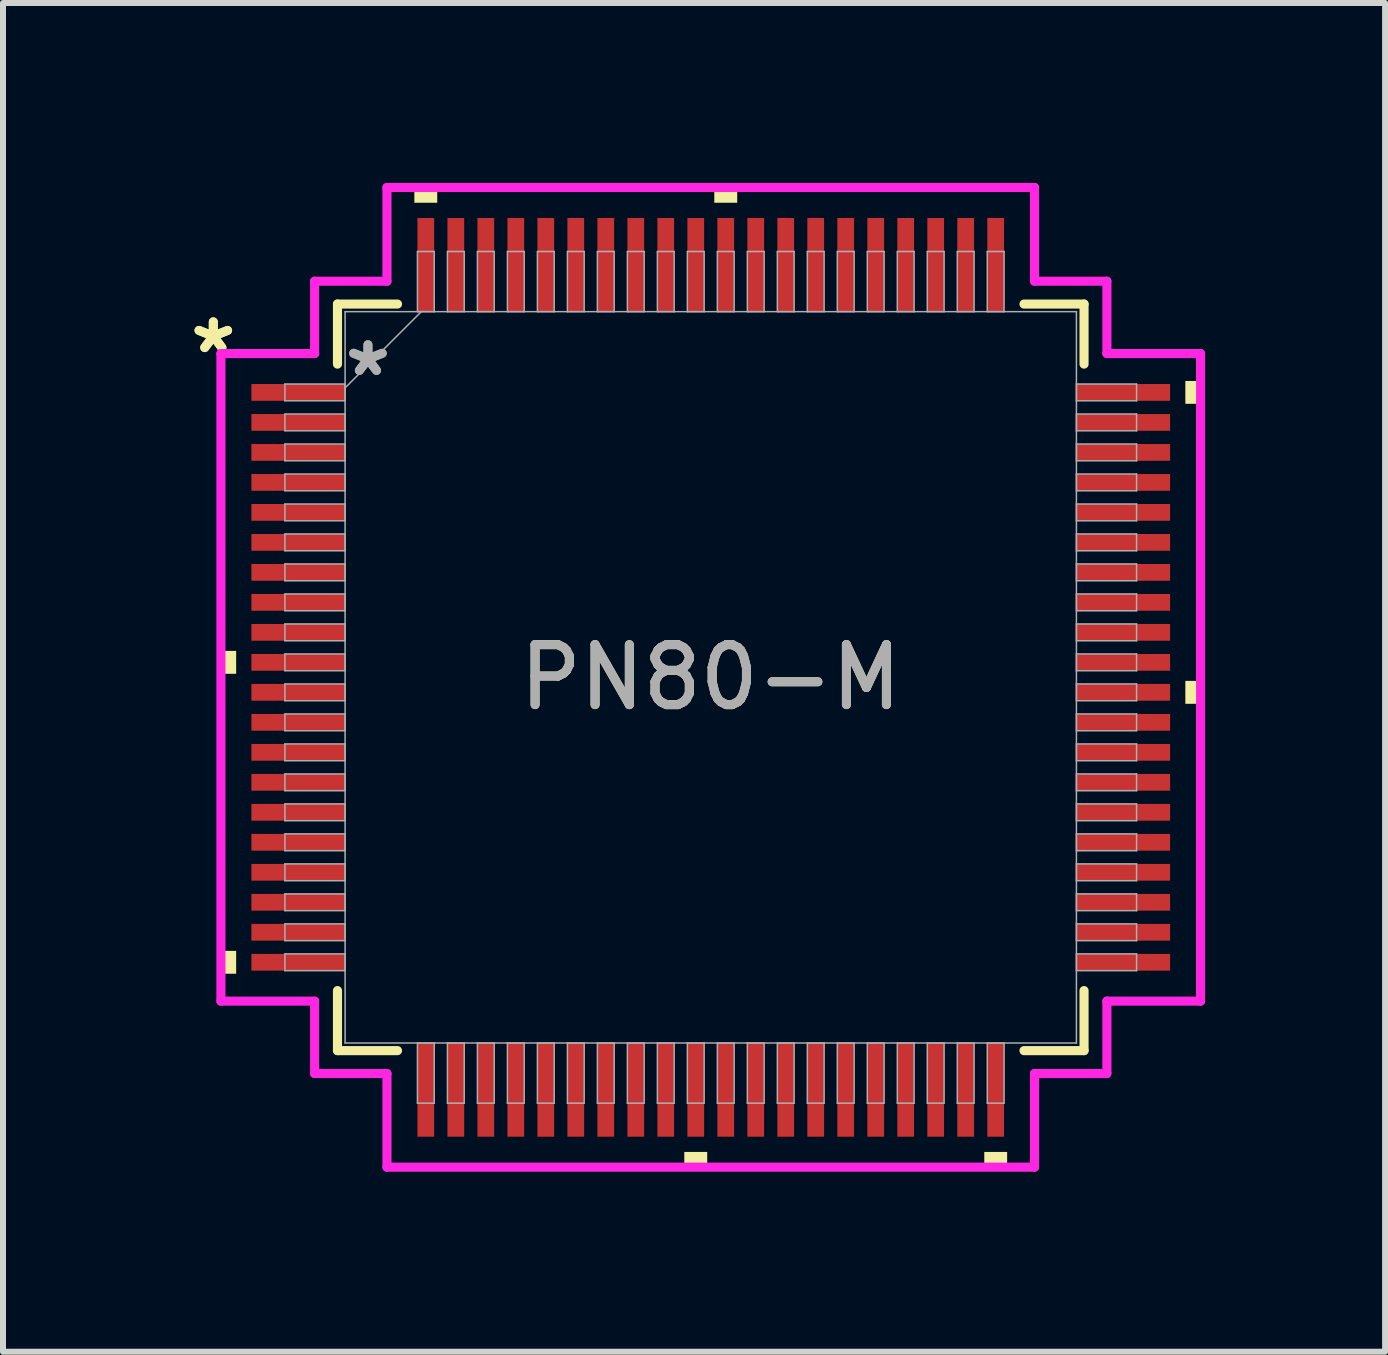
<source format=kicad_pcb>
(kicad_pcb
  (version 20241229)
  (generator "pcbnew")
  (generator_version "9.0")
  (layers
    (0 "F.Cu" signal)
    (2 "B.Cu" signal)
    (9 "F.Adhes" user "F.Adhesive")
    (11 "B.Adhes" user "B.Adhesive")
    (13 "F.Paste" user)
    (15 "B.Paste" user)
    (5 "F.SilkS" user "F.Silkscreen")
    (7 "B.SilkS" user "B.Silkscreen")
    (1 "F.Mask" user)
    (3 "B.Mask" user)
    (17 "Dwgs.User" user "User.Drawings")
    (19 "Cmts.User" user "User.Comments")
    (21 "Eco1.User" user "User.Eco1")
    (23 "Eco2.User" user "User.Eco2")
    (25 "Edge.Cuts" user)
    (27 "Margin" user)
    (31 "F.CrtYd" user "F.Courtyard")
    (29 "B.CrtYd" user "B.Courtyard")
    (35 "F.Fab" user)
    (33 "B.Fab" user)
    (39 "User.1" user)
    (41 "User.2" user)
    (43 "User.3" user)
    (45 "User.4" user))
  (footprint "PN80-M"
    (layer "F.Cu")
    (at 8.799 8.242)
    (property "Reference" "PN80-M" (at 0 0 0) (unlocked yes) (layer "F.SilkS") (effects (font (size 1 1) (thickness 0.15))))
    (attr smd)
    (fp_line (start -6.223 -6.223) (end -6.223 -5.222) (stroke (width 0.152) (type solid)) (layer "F.SilkS"))
    (fp_line (start -6.223 5.222) (end -6.223 6.223) (stroke (width 0.152) (type solid)) (layer "F.SilkS"))
    (fp_line (start -6.223 6.223) (end -5.222 6.223) (stroke (width 0.152) (type solid)) (layer "F.SilkS"))
    (fp_line (start -5.222 -6.223) (end -6.223 -6.223) (stroke (width 0.152) (type solid)) (layer "F.SilkS"))
    (fp_line (start 5.222 6.223) (end 6.223 6.223) (stroke (width 0.152) (type solid)) (layer "F.SilkS"))
    (fp_line (start 6.223 -6.223) (end 5.222 -6.223) (stroke (width 0.152) (type solid)) (layer "F.SilkS"))
    (fp_line (start 6.223 -5.222) (end 6.223 -6.223) (stroke (width 0.152) (type solid)) (layer "F.SilkS"))
    (fp_line (start 6.223 6.223) (end 6.223 5.222) (stroke (width 0.152) (type solid)) (layer "F.SilkS"))
    (fp_poly (pts (xy -8.166 -0.441) (xy -8.166 -0.059) (xy -7.912 -0.059) (xy -7.912 -0.441)) (stroke (width 0) (type solid)) (fill yes) (layer "F.SilkS"))
    (fp_poly (pts (xy -8.166 4.56) (xy -8.166 4.941) (xy -7.912 4.941) (xy -7.912 4.56)) (stroke (width 0) (type solid)) (fill yes) (layer "F.SilkS"))
    (fp_poly (pts (xy -4.941 -7.912) (xy -4.941 -8.166) (xy -4.56 -8.166) (xy -4.56 -7.912)) (stroke (width 0) (type solid)) (fill yes) (layer "F.SilkS"))
    (fp_poly (pts (xy -0.441 7.912) (xy -0.441 8.166) (xy -0.059 8.166) (xy -0.059 7.912)) (stroke (width 0) (type solid)) (fill yes) (layer "F.SilkS"))
    (fp_poly (pts (xy 0.059 -7.912) (xy 0.059 -8.166) (xy 0.441 -8.166) (xy 0.441 -7.912)) (stroke (width 0) (type solid)) (fill yes) (layer "F.SilkS"))
    (fp_poly (pts (xy 4.56 7.912) (xy 4.56 8.166) (xy 4.941 8.166) (xy 4.941 7.912)) (stroke (width 0) (type solid)) (fill yes) (layer "F.SilkS"))
    (fp_poly (pts (xy 8.166 -4.941) (xy 8.166 -4.56) (xy 7.912 -4.56) (xy 7.912 -4.941)) (stroke (width 0) (type solid)) (fill yes) (layer "F.SilkS"))
    (fp_poly (pts (xy 8.166 0.059) (xy 8.166 0.441) (xy 7.912 0.441) (xy 7.912 0.059)) (stroke (width 0) (type solid)) (fill yes) (layer "F.SilkS"))
    (fp_line (start -8.166 -5.398) (end -6.604 -5.398) (stroke (width 0.152) (type solid)) (layer "F.CrtYd"))
    (fp_line (start -8.166 5.398) (end -8.166 -5.398) (stroke (width 0.152) (type solid)) (layer "F.CrtYd"))
    (fp_line (start -6.604 -6.604) (end -5.398 -6.604) (stroke (width 0.152) (type solid)) (layer "F.CrtYd"))
    (fp_line (start -6.604 -5.398) (end -6.604 -6.604) (stroke (width 0.152) (type solid)) (layer "F.CrtYd"))
    (fp_line (start -6.604 5.398) (end -8.166 5.398) (stroke (width 0.152) (type solid)) (layer "F.CrtYd"))
    (fp_line (start -6.604 6.604) (end -6.604 5.398) (stroke (width 0.152) (type solid)) (layer "F.CrtYd"))
    (fp_line (start -6.604 6.604) (end -5.398 6.604) (stroke (width 0.152) (type solid)) (layer "F.CrtYd"))
    (fp_line (start -5.398 -8.166) (end 5.398 -8.166) (stroke (width 0.152) (type solid)) (layer "F.CrtYd"))
    (fp_line (start -5.398 -6.604) (end -5.398 -8.166) (stroke (width 0.152) (type solid)) (layer "F.CrtYd"))
    (fp_line (start -5.398 6.604) (end -5.398 8.166) (stroke (width 0.152) (type solid)) (layer "F.CrtYd"))
    (fp_line (start -5.398 8.166) (end 5.398 8.166) (stroke (width 0.152) (type solid)) (layer "F.CrtYd"))
    (fp_line (start 5.398 -8.166) (end 5.398 -6.604) (stroke (width 0.152) (type solid)) (layer "F.CrtYd"))
    (fp_line (start 5.398 -6.604) (end 6.604 -6.604) (stroke (width 0.152) (type solid)) (layer "F.CrtYd"))
    (fp_line (start 5.398 6.604) (end 6.604 6.604) (stroke (width 0.152) (type solid)) (layer "F.CrtYd"))
    (fp_line (start 5.398 8.166) (end 5.398 6.604) (stroke (width 0.152) (type solid)) (layer "F.CrtYd"))
    (fp_line (start 6.604 -5.398) (end 6.604 -6.604) (stroke (width 0.152) (type solid)) (layer "F.CrtYd"))
    (fp_line (start 6.604 5.398) (end 8.166 5.398) (stroke (width 0.152) (type solid)) (layer "F.CrtYd"))
    (fp_line (start 6.604 6.604) (end 6.604 5.398) (stroke (width 0.152) (type solid)) (layer "F.CrtYd"))
    (fp_line (start 8.166 -5.398) (end 6.604 -5.398) (stroke (width 0.152) (type solid)) (layer "F.CrtYd"))
    (fp_line (start 8.166 5.398) (end 8.166 -5.398) (stroke (width 0.152) (type solid)) (layer "F.CrtYd"))
    (fp_line (start -7.099 -4.89) (end -7.099 -4.61) (stroke (width 0.025) (type solid)) (layer "F.Fab"))
    (fp_line (start -7.099 -4.61) (end -6.096 -4.61) (stroke (width 0.025) (type solid)) (layer "F.Fab"))
    (fp_line (start -7.099 -4.39) (end -7.099 -4.11) (stroke (width 0.025) (type solid)) (layer "F.Fab"))
    (fp_line (start -7.099 -4.11) (end -6.096 -4.11) (stroke (width 0.025) (type solid)) (layer "F.Fab"))
    (fp_line (start -7.099 -3.89) (end -7.099 -3.61) (stroke (width 0.025) (type solid)) (layer "F.Fab"))
    (fp_line (start -7.099 -3.61) (end -6.096 -3.61) (stroke (width 0.025) (type solid)) (layer "F.Fab"))
    (fp_line (start -7.099 -3.39) (end -7.099 -3.11) (stroke (width 0.025) (type solid)) (layer "F.Fab"))
    (fp_line (start -7.099 -3.11) (end -6.096 -3.11) (stroke (width 0.025) (type solid)) (layer "F.Fab"))
    (fp_line (start -7.099 -2.89) (end -7.099 -2.61) (stroke (width 0.025) (type solid)) (layer "F.Fab"))
    (fp_line (start -7.099 -2.61) (end -6.096 -2.61) (stroke (width 0.025) (type solid)) (layer "F.Fab"))
    (fp_line (start -7.099 -2.39) (end -7.099 -2.11) (stroke (width 0.025) (type solid)) (layer "F.Fab"))
    (fp_line (start -7.099 -2.11) (end -6.096 -2.11) (stroke (width 0.025) (type solid)) (layer "F.Fab"))
    (fp_line (start -7.099 -1.89) (end -7.099 -1.61) (stroke (width 0.025) (type solid)) (layer "F.Fab"))
    (fp_line (start -7.099 -1.61) (end -6.096 -1.61) (stroke (width 0.025) (type solid)) (layer "F.Fab"))
    (fp_line (start -7.099 -1.39) (end -7.099 -1.11) (stroke (width 0.025) (type solid)) (layer "F.Fab"))
    (fp_line (start -7.099 -1.11) (end -6.096 -1.11) (stroke (width 0.025) (type solid)) (layer "F.Fab"))
    (fp_line (start -7.099 -0.89) (end -7.099 -0.61) (stroke (width 0.025) (type solid)) (layer "F.Fab"))
    (fp_line (start -7.099 -0.61) (end -6.096 -0.61) (stroke (width 0.025) (type solid)) (layer "F.Fab"))
    (fp_line (start -7.099 -0.39) (end -7.099 -0.11) (stroke (width 0.025) (type solid)) (layer "F.Fab"))
    (fp_line (start -7.099 -0.11) (end -6.096 -0.11) (stroke (width 0.025) (type solid)) (layer "F.Fab"))
    (fp_line (start -7.099 0.11) (end -7.099 0.39) (stroke (width 0.025) (type solid)) (layer "F.Fab"))
    (fp_line (start -7.099 0.39) (end -6.096 0.39) (stroke (width 0.025) (type solid)) (layer "F.Fab"))
    (fp_line (start -7.099 0.61) (end -7.099 0.89) (stroke (width 0.025) (type solid)) (layer "F.Fab"))
    (fp_line (start -7.099 0.89) (end -6.096 0.89) (stroke (width 0.025) (type solid)) (layer "F.Fab"))
    (fp_line (start -7.099 1.11) (end -7.099 1.39) (stroke (width 0.025) (type solid)) (layer "F.Fab"))
    (fp_line (start -7.099 1.39) (end -6.096 1.39) (stroke (width 0.025) (type solid)) (layer "F.Fab"))
    (fp_line (start -7.099 1.61) (end -7.099 1.89) (stroke (width 0.025) (type solid)) (layer "F.Fab"))
    (fp_line (start -7.099 1.89) (end -6.096 1.89) (stroke (width 0.025) (type solid)) (layer "F.Fab"))
    (fp_line (start -7.099 2.11) (end -7.099 2.39) (stroke (width 0.025) (type solid)) (layer "F.Fab"))
    (fp_line (start -7.099 2.39) (end -6.096 2.39) (stroke (width 0.025) (type solid)) (layer "F.Fab"))
    (fp_line (start -7.099 2.61) (end -7.099 2.89) (stroke (width 0.025) (type solid)) (layer "F.Fab"))
    (fp_line (start -7.099 2.89) (end -6.096 2.89) (stroke (width 0.025) (type solid)) (layer "F.Fab"))
    (fp_line (start -7.099 3.11) (end -7.099 3.39) (stroke (width 0.025) (type solid)) (layer "F.Fab"))
    (fp_line (start -7.099 3.39) (end -6.096 3.39) (stroke (width 0.025) (type solid)) (layer "F.Fab"))
    (fp_line (start -7.099 3.61) (end -7.099 3.89) (stroke (width 0.025) (type solid)) (layer "F.Fab"))
    (fp_line (start -7.099 3.89) (end -6.096 3.89) (stroke (width 0.025) (type solid)) (layer "F.Fab"))
    (fp_line (start -7.099 4.11) (end -7.099 4.39) (stroke (width 0.025) (type solid)) (layer "F.Fab"))
    (fp_line (start -7.099 4.39) (end -6.096 4.39) (stroke (width 0.025) (type solid)) (layer "F.Fab"))
    (fp_line (start -7.099 4.61) (end -7.099 4.89) (stroke (width 0.025) (type solid)) (layer "F.Fab"))
    (fp_line (start -7.099 4.89) (end -6.096 4.89) (stroke (width 0.025) (type solid)) (layer "F.Fab"))
    (fp_line (start -6.096 -6.096) (end -6.096 6.096) (stroke (width 0.025) (type solid)) (layer "F.Fab"))
    (fp_line (start -6.096 -4.89) (end -7.099 -4.89) (stroke (width 0.025) (type solid)) (layer "F.Fab"))
    (fp_line (start -6.096 -4.826) (end -4.826 -6.096) (stroke (width 0.025) (type solid)) (layer "F.Fab"))
    (fp_line (start -6.096 -4.61) (end -6.096 -4.89) (stroke (width 0.025) (type solid)) (layer "F.Fab"))
    (fp_line (start -6.096 -4.39) (end -7.099 -4.39) (stroke (width 0.025) (type solid)) (layer "F.Fab"))
    (fp_line (start -6.096 -4.11) (end -6.096 -4.39) (stroke (width 0.025) (type solid)) (layer "F.Fab"))
    (fp_line (start -6.096 -3.89) (end -7.099 -3.89) (stroke (width 0.025) (type solid)) (layer "F.Fab"))
    (fp_line (start -6.096 -3.61) (end -6.096 -3.89) (stroke (width 0.025) (type solid)) (layer "F.Fab"))
    (fp_line (start -6.096 -3.39) (end -7.099 -3.39) (stroke (width 0.025) (type solid)) (layer "F.Fab"))
    (fp_line (start -6.096 -3.11) (end -6.096 -3.39) (stroke (width 0.025) (type solid)) (layer "F.Fab"))
    (fp_line (start -6.096 -2.89) (end -7.099 -2.89) (stroke (width 0.025) (type solid)) (layer "F.Fab"))
    (fp_line (start -6.096 -2.61) (end -6.096 -2.89) (stroke (width 0.025) (type solid)) (layer "F.Fab"))
    (fp_line (start -6.096 -2.39) (end -7.099 -2.39) (stroke (width 0.025) (type solid)) (layer "F.Fab"))
    (fp_line (start -6.096 -2.11) (end -6.096 -2.39) (stroke (width 0.025) (type solid)) (layer "F.Fab"))
    (fp_line (start -6.096 -1.89) (end -7.099 -1.89) (stroke (width 0.025) (type solid)) (layer "F.Fab"))
    (fp_line (start -6.096 -1.61) (end -6.096 -1.89) (stroke (width 0.025) (type solid)) (layer "F.Fab"))
    (fp_line (start -6.096 -1.39) (end -7.099 -1.39) (stroke (width 0.025) (type solid)) (layer "F.Fab"))
    (fp_line (start -6.096 -1.11) (end -6.096 -1.39) (stroke (width 0.025) (type solid)) (layer "F.Fab"))
    (fp_line (start -6.096 -0.89) (end -7.099 -0.89) (stroke (width 0.025) (type solid)) (layer "F.Fab"))
    (fp_line (start -6.096 -0.61) (end -6.096 -0.89) (stroke (width 0.025) (type solid)) (layer "F.Fab"))
    (fp_line (start -6.096 -0.39) (end -7.099 -0.39) (stroke (width 0.025) (type solid)) (layer "F.Fab"))
    (fp_line (start -6.096 -0.11) (end -6.096 -0.39) (stroke (width 0.025) (type solid)) (layer "F.Fab"))
    (fp_line (start -6.096 0.11) (end -7.099 0.11) (stroke (width 0.025) (type solid)) (layer "F.Fab"))
    (fp_line (start -6.096 0.39) (end -6.096 0.11) (stroke (width 0.025) (type solid)) (layer "F.Fab"))
    (fp_line (start -6.096 0.61) (end -7.099 0.61) (stroke (width 0.025) (type solid)) (layer "F.Fab"))
    (fp_line (start -6.096 0.89) (end -6.096 0.61) (stroke (width 0.025) (type solid)) (layer "F.Fab"))
    (fp_line (start -6.096 1.11) (end -7.099 1.11) (stroke (width 0.025) (type solid)) (layer "F.Fab"))
    (fp_line (start -6.096 1.39) (end -6.096 1.11) (stroke (width 0.025) (type solid)) (layer "F.Fab"))
    (fp_line (start -6.096 1.61) (end -7.099 1.61) (stroke (width 0.025) (type solid)) (layer "F.Fab"))
    (fp_line (start -6.096 1.89) (end -6.096 1.61) (stroke (width 0.025) (type solid)) (layer "F.Fab"))
    (fp_line (start -6.096 2.11) (end -7.099 2.11) (stroke (width 0.025) (type solid)) (layer "F.Fab"))
    (fp_line (start -6.096 2.39) (end -6.096 2.11) (stroke (width 0.025) (type solid)) (layer "F.Fab"))
    (fp_line (start -6.096 2.61) (end -7.099 2.61) (stroke (width 0.025) (type solid)) (layer "F.Fab"))
    (fp_line (start -6.096 2.89) (end -6.096 2.61) (stroke (width 0.025) (type solid)) (layer "F.Fab"))
    (fp_line (start -6.096 3.11) (end -7.099 3.11) (stroke (width 0.025) (type solid)) (layer "F.Fab"))
    (fp_line (start -6.096 3.39) (end -6.096 3.11) (stroke (width 0.025) (type solid)) (layer "F.Fab"))
    (fp_line (start -6.096 3.61) (end -7.099 3.61) (stroke (width 0.025) (type solid)) (layer "F.Fab"))
    (fp_line (start -6.096 3.89) (end -6.096 3.61) (stroke (width 0.025) (type solid)) (layer "F.Fab"))
    (fp_line (start -6.096 4.11) (end -7.099 4.11) (stroke (width 0.025) (type solid)) (layer "F.Fab"))
    (fp_line (start -6.096 4.39) (end -6.096 4.11) (stroke (width 0.025) (type solid)) (layer "F.Fab"))
    (fp_line (start -6.096 4.61) (end -7.099 4.61) (stroke (width 0.025) (type solid)) (layer "F.Fab"))
    (fp_line (start -6.096 4.89) (end -6.096 4.61) (stroke (width 0.025) (type solid)) (layer "F.Fab"))
    (fp_line (start -6.096 6.096) (end 6.096 6.096) (stroke (width 0.025) (type solid)) (layer "F.Fab"))
    (fp_line (start -4.89 -7.099) (end -4.89 -6.096) (stroke (width 0.025) (type solid)) (layer "F.Fab"))
    (fp_line (start -4.89 -6.096) (end -4.61 -6.096) (stroke (width 0.025) (type solid)) (layer "F.Fab"))
    (fp_line (start -4.89 6.096) (end -4.89 7.099) (stroke (width 0.025) (type solid)) (layer "F.Fab"))
    (fp_line (start -4.89 7.099) (end -4.61 7.099) (stroke (width 0.025) (type solid)) (layer "F.Fab"))
    (fp_line (start -4.61 -7.099) (end -4.89 -7.099) (stroke (width 0.025) (type solid)) (layer "F.Fab"))
    (fp_line (start -4.61 -6.096) (end -4.61 -7.099) (stroke (width 0.025) (type solid)) (layer "F.Fab"))
    (fp_line (start -4.61 6.096) (end -4.89 6.096) (stroke (width 0.025) (type solid)) (layer "F.Fab"))
    (fp_line (start -4.61 7.099) (end -4.61 6.096) (stroke (width 0.025) (type solid)) (layer "F.Fab"))
    (fp_line (start -4.39 -7.099) (end -4.39 -6.096) (stroke (width 0.025) (type solid)) (layer "F.Fab"))
    (fp_line (start -4.39 -6.096) (end -4.11 -6.096) (stroke (width 0.025) (type solid)) (layer "F.Fab"))
    (fp_line (start -4.39 6.096) (end -4.39 7.099) (stroke (width 0.025) (type solid)) (layer "F.Fab"))
    (fp_line (start -4.39 7.099) (end -4.11 7.099) (stroke (width 0.025) (type solid)) (layer "F.Fab"))
    (fp_line (start -4.11 -7.099) (end -4.39 -7.099) (stroke (width 0.025) (type solid)) (layer "F.Fab"))
    (fp_line (start -4.11 -6.096) (end -4.11 -7.099) (stroke (width 0.025) (type solid)) (layer "F.Fab"))
    (fp_line (start -4.11 6.096) (end -4.39 6.096) (stroke (width 0.025) (type solid)) (layer "F.Fab"))
    (fp_line (start -4.11 7.099) (end -4.11 6.096) (stroke (width 0.025) (type solid)) (layer "F.Fab"))
    (fp_line (start -3.89 -7.099) (end -3.89 -6.096) (stroke (width 0.025) (type solid)) (layer "F.Fab"))
    (fp_line (start -3.89 -6.096) (end -3.61 -6.096) (stroke (width 0.025) (type solid)) (layer "F.Fab"))
    (fp_line (start -3.89 6.096) (end -3.89 7.099) (stroke (width 0.025) (type solid)) (layer "F.Fab"))
    (fp_line (start -3.89 7.099) (end -3.61 7.099) (stroke (width 0.025) (type solid)) (layer "F.Fab"))
    (fp_line (start -3.61 -7.099) (end -3.89 -7.099) (stroke (width 0.025) (type solid)) (layer "F.Fab"))
    (fp_line (start -3.61 -6.096) (end -3.61 -7.099) (stroke (width 0.025) (type solid)) (layer "F.Fab"))
    (fp_line (start -3.61 6.096) (end -3.89 6.096) (stroke (width 0.025) (type solid)) (layer "F.Fab"))
    (fp_line (start -3.61 7.099) (end -3.61 6.096) (stroke (width 0.025) (type solid)) (layer "F.Fab"))
    (fp_line (start -3.39 -7.099) (end -3.39 -6.096) (stroke (width 0.025) (type solid)) (layer "F.Fab"))
    (fp_line (start -3.39 -6.096) (end -3.11 -6.096) (stroke (width 0.025) (type solid)) (layer "F.Fab"))
    (fp_line (start -3.39 6.096) (end -3.39 7.099) (stroke (width 0.025) (type solid)) (layer "F.Fab"))
    (fp_line (start -3.39 7.099) (end -3.11 7.099) (stroke (width 0.025) (type solid)) (layer "F.Fab"))
    (fp_line (start -3.11 -7.099) (end -3.39 -7.099) (stroke (width 0.025) (type solid)) (layer "F.Fab"))
    (fp_line (start -3.11 -6.096) (end -3.11 -7.099) (stroke (width 0.025) (type solid)) (layer "F.Fab"))
    (fp_line (start -3.11 6.096) (end -3.39 6.096) (stroke (width 0.025) (type solid)) (layer "F.Fab"))
    (fp_line (start -3.11 7.099) (end -3.11 6.096) (stroke (width 0.025) (type solid)) (layer "F.Fab"))
    (fp_line (start -2.89 -7.099) (end -2.89 -6.096) (stroke (width 0.025) (type solid)) (layer "F.Fab"))
    (fp_line (start -2.89 -6.096) (end -2.61 -6.096) (stroke (width 0.025) (type solid)) (layer "F.Fab"))
    (fp_line (start -2.89 6.096) (end -2.89 7.099) (stroke (width 0.025) (type solid)) (layer "F.Fab"))
    (fp_line (start -2.89 7.099) (end -2.61 7.099) (stroke (width 0.025) (type solid)) (layer "F.Fab"))
    (fp_line (start -2.61 -7.099) (end -2.89 -7.099) (stroke (width 0.025) (type solid)) (layer "F.Fab"))
    (fp_line (start -2.61 -6.096) (end -2.61 -7.099) (stroke (width 0.025) (type solid)) (layer "F.Fab"))
    (fp_line (start -2.61 6.096) (end -2.89 6.096) (stroke (width 0.025) (type solid)) (layer "F.Fab"))
    (fp_line (start -2.61 7.099) (end -2.61 6.096) (stroke (width 0.025) (type solid)) (layer "F.Fab"))
    (fp_line (start -2.39 -7.099) (end -2.39 -6.096) (stroke (width 0.025) (type solid)) (layer "F.Fab"))
    (fp_line (start -2.39 -6.096) (end -2.11 -6.096) (stroke (width 0.025) (type solid)) (layer "F.Fab"))
    (fp_line (start -2.39 6.096) (end -2.39 7.099) (stroke (width 0.025) (type solid)) (layer "F.Fab"))
    (fp_line (start -2.39 7.099) (end -2.11 7.099) (stroke (width 0.025) (type solid)) (layer "F.Fab"))
    (fp_line (start -2.11 -7.099) (end -2.39 -7.099) (stroke (width 0.025) (type solid)) (layer "F.Fab"))
    (fp_line (start -2.11 -6.096) (end -2.11 -7.099) (stroke (width 0.025) (type solid)) (layer "F.Fab"))
    (fp_line (start -2.11 6.096) (end -2.39 6.096) (stroke (width 0.025) (type solid)) (layer "F.Fab"))
    (fp_line (start -2.11 7.099) (end -2.11 6.096) (stroke (width 0.025) (type solid)) (layer "F.Fab"))
    (fp_line (start -1.89 -7.099) (end -1.89 -6.096) (stroke (width 0.025) (type solid)) (layer "F.Fab"))
    (fp_line (start -1.89 -6.096) (end -1.61 -6.096) (stroke (width 0.025) (type solid)) (layer "F.Fab"))
    (fp_line (start -1.89 6.096) (end -1.89 7.099) (stroke (width 0.025) (type solid)) (layer "F.Fab"))
    (fp_line (start -1.89 7.099) (end -1.61 7.099) (stroke (width 0.025) (type solid)) (layer "F.Fab"))
    (fp_line (start -1.61 -7.099) (end -1.89 -7.099) (stroke (width 0.025) (type solid)) (layer "F.Fab"))
    (fp_line (start -1.61 -6.096) (end -1.61 -7.099) (stroke (width 0.025) (type solid)) (layer "F.Fab"))
    (fp_line (start -1.61 6.096) (end -1.89 6.096) (stroke (width 0.025) (type solid)) (layer "F.Fab"))
    (fp_line (start -1.61 7.099) (end -1.61 6.096) (stroke (width 0.025) (type solid)) (layer "F.Fab"))
    (fp_line (start -1.39 -7.099) (end -1.39 -6.096) (stroke (width 0.025) (type solid)) (layer "F.Fab"))
    (fp_line (start -1.39 -6.096) (end -1.11 -6.096) (stroke (width 0.025) (type solid)) (layer "F.Fab"))
    (fp_line (start -1.39 6.096) (end -1.39 7.099) (stroke (width 0.025) (type solid)) (layer "F.Fab"))
    (fp_line (start -1.39 7.099) (end -1.11 7.099) (stroke (width 0.025) (type solid)) (layer "F.Fab"))
    (fp_line (start -1.11 -7.099) (end -1.39 -7.099) (stroke (width 0.025) (type solid)) (layer "F.Fab"))
    (fp_line (start -1.11 -6.096) (end -1.11 -7.099) (stroke (width 0.025) (type solid)) (layer "F.Fab"))
    (fp_line (start -1.11 6.096) (end -1.39 6.096) (stroke (width 0.025) (type solid)) (layer "F.Fab"))
    (fp_line (start -1.11 7.099) (end -1.11 6.096) (stroke (width 0.025) (type solid)) (layer "F.Fab"))
    (fp_line (start -0.89 -7.099) (end -0.89 -6.096) (stroke (width 0.025) (type solid)) (layer "F.Fab"))
    (fp_line (start -0.89 -6.096) (end -0.61 -6.096) (stroke (width 0.025) (type solid)) (layer "F.Fab"))
    (fp_line (start -0.89 6.096) (end -0.89 7.099) (stroke (width 0.025) (type solid)) (layer "F.Fab"))
    (fp_line (start -0.89 7.099) (end -0.61 7.099) (stroke (width 0.025) (type solid)) (layer "F.Fab"))
    (fp_line (start -0.61 -7.099) (end -0.89 -7.099) (stroke (width 0.025) (type solid)) (layer "F.Fab"))
    (fp_line (start -0.61 -6.096) (end -0.61 -7.099) (stroke (width 0.025) (type solid)) (layer "F.Fab"))
    (fp_line (start -0.61 6.096) (end -0.89 6.096) (stroke (width 0.025) (type solid)) (layer "F.Fab"))
    (fp_line (start -0.61 7.099) (end -0.61 6.096) (stroke (width 0.025) (type solid)) (layer "F.Fab"))
    (fp_line (start -0.39 -7.099) (end -0.39 -6.096) (stroke (width 0.025) (type solid)) (layer "F.Fab"))
    (fp_line (start -0.39 -6.096) (end -0.11 -6.096) (stroke (width 0.025) (type solid)) (layer "F.Fab"))
    (fp_line (start -0.39 6.096) (end -0.39 7.099) (stroke (width 0.025) (type solid)) (layer "F.Fab"))
    (fp_line (start -0.39 7.099) (end -0.11 7.099) (stroke (width 0.025) (type solid)) (layer "F.Fab"))
    (fp_line (start -0.11 -7.099) (end -0.39 -7.099) (stroke (width 0.025) (type solid)) (layer "F.Fab"))
    (fp_line (start -0.11 -6.096) (end -0.11 -7.099) (stroke (width 0.025) (type solid)) (layer "F.Fab"))
    (fp_line (start -0.11 6.096) (end -0.39 6.096) (stroke (width 0.025) (type solid)) (layer "F.Fab"))
    (fp_line (start -0.11 7.099) (end -0.11 6.096) (stroke (width 0.025) (type solid)) (layer "F.Fab"))
    (fp_line (start 0.11 -7.099) (end 0.11 -6.096) (stroke (width 0.025) (type solid)) (layer "F.Fab"))
    (fp_line (start 0.11 -6.096) (end 0.39 -6.096) (stroke (width 0.025) (type solid)) (layer "F.Fab"))
    (fp_line (start 0.11 6.096) (end 0.11 7.099) (stroke (width 0.025) (type solid)) (layer "F.Fab"))
    (fp_line (start 0.11 7.099) (end 0.39 7.099) (stroke (width 0.025) (type solid)) (layer "F.Fab"))
    (fp_line (start 0.39 -7.099) (end 0.11 -7.099) (stroke (width 0.025) (type solid)) (layer "F.Fab"))
    (fp_line (start 0.39 -6.096) (end 0.39 -7.099) (stroke (width 0.025) (type solid)) (layer "F.Fab"))
    (fp_line (start 0.39 6.096) (end 0.11 6.096) (stroke (width 0.025) (type solid)) (layer "F.Fab"))
    (fp_line (start 0.39 7.099) (end 0.39 6.096) (stroke (width 0.025) (type solid)) (layer "F.Fab"))
    (fp_line (start 0.61 -7.099) (end 0.61 -6.096) (stroke (width 0.025) (type solid)) (layer "F.Fab"))
    (fp_line (start 0.61 -6.096) (end 0.89 -6.096) (stroke (width 0.025) (type solid)) (layer "F.Fab"))
    (fp_line (start 0.61 6.096) (end 0.61 7.099) (stroke (width 0.025) (type solid)) (layer "F.Fab"))
    (fp_line (start 0.61 7.099) (end 0.89 7.099) (stroke (width 0.025) (type solid)) (layer "F.Fab"))
    (fp_line (start 0.89 -7.099) (end 0.61 -7.099) (stroke (width 0.025) (type solid)) (layer "F.Fab"))
    (fp_line (start 0.89 -6.096) (end 0.89 -7.099) (stroke (width 0.025) (type solid)) (layer "F.Fab"))
    (fp_line (start 0.89 6.096) (end 0.61 6.096) (stroke (width 0.025) (type solid)) (layer "F.Fab"))
    (fp_line (start 0.89 7.099) (end 0.89 6.096) (stroke (width 0.025) (type solid)) (layer "F.Fab"))
    (fp_line (start 1.11 -7.099) (end 1.11 -6.096) (stroke (width 0.025) (type solid)) (layer "F.Fab"))
    (fp_line (start 1.11 -6.096) (end 1.39 -6.096) (stroke (width 0.025) (type solid)) (layer "F.Fab"))
    (fp_line (start 1.11 6.096) (end 1.11 7.099) (stroke (width 0.025) (type solid)) (layer "F.Fab"))
    (fp_line (start 1.11 7.099) (end 1.39 7.099) (stroke (width 0.025) (type solid)) (layer "F.Fab"))
    (fp_line (start 1.39 -7.099) (end 1.11 -7.099) (stroke (width 0.025) (type solid)) (layer "F.Fab"))
    (fp_line (start 1.39 -6.096) (end 1.39 -7.099) (stroke (width 0.025) (type solid)) (layer "F.Fab"))
    (fp_line (start 1.39 6.096) (end 1.11 6.096) (stroke (width 0.025) (type solid)) (layer "F.Fab"))
    (fp_line (start 1.39 7.099) (end 1.39 6.096) (stroke (width 0.025) (type solid)) (layer "F.Fab"))
    (fp_line (start 1.61 -7.099) (end 1.61 -6.096) (stroke (width 0.025) (type solid)) (layer "F.Fab"))
    (fp_line (start 1.61 -6.096) (end 1.89 -6.096) (stroke (width 0.025) (type solid)) (layer "F.Fab"))
    (fp_line (start 1.61 6.096) (end 1.61 7.099) (stroke (width 0.025) (type solid)) (layer "F.Fab"))
    (fp_line (start 1.61 7.099) (end 1.89 7.099) (stroke (width 0.025) (type solid)) (layer "F.Fab"))
    (fp_line (start 1.89 -7.099) (end 1.61 -7.099) (stroke (width 0.025) (type solid)) (layer "F.Fab"))
    (fp_line (start 1.89 -6.096) (end 1.89 -7.099) (stroke (width 0.025) (type solid)) (layer "F.Fab"))
    (fp_line (start 1.89 6.096) (end 1.61 6.096) (stroke (width 0.025) (type solid)) (layer "F.Fab"))
    (fp_line (start 1.89 7.099) (end 1.89 6.096) (stroke (width 0.025) (type solid)) (layer "F.Fab"))
    (fp_line (start 2.11 -7.099) (end 2.11 -6.096) (stroke (width 0.025) (type solid)) (layer "F.Fab"))
    (fp_line (start 2.11 -6.096) (end 2.39 -6.096) (stroke (width 0.025) (type solid)) (layer "F.Fab"))
    (fp_line (start 2.11 6.096) (end 2.11 7.099) (stroke (width 0.025) (type solid)) (layer "F.Fab"))
    (fp_line (start 2.11 7.099) (end 2.39 7.099) (stroke (width 0.025) (type solid)) (layer "F.Fab"))
    (fp_line (start 2.39 -7.099) (end 2.11 -7.099) (stroke (width 0.025) (type solid)) (layer "F.Fab"))
    (fp_line (start 2.39 -6.096) (end 2.39 -7.099) (stroke (width 0.025) (type solid)) (layer "F.Fab"))
    (fp_line (start 2.39 6.096) (end 2.11 6.096) (stroke (width 0.025) (type solid)) (layer "F.Fab"))
    (fp_line (start 2.39 7.099) (end 2.39 6.096) (stroke (width 0.025) (type solid)) (layer "F.Fab"))
    (fp_line (start 2.61 -7.099) (end 2.61 -6.096) (stroke (width 0.025) (type solid)) (layer "F.Fab"))
    (fp_line (start 2.61 -6.096) (end 2.89 -6.096) (stroke (width 0.025) (type solid)) (layer "F.Fab"))
    (fp_line (start 2.61 6.096) (end 2.61 7.099) (stroke (width 0.025) (type solid)) (layer "F.Fab"))
    (fp_line (start 2.61 7.099) (end 2.89 7.099) (stroke (width 0.025) (type solid)) (layer "F.Fab"))
    (fp_line (start 2.89 -7.099) (end 2.61 -7.099) (stroke (width 0.025) (type solid)) (layer "F.Fab"))
    (fp_line (start 2.89 -6.096) (end 2.89 -7.099) (stroke (width 0.025) (type solid)) (layer "F.Fab"))
    (fp_line (start 2.89 6.096) (end 2.61 6.096) (stroke (width 0.025) (type solid)) (layer "F.Fab"))
    (fp_line (start 2.89 7.099) (end 2.89 6.096) (stroke (width 0.025) (type solid)) (layer "F.Fab"))
    (fp_line (start 3.11 -7.099) (end 3.11 -6.096) (stroke (width 0.025) (type solid)) (layer "F.Fab"))
    (fp_line (start 3.11 -6.096) (end 3.39 -6.096) (stroke (width 0.025) (type solid)) (layer "F.Fab"))
    (fp_line (start 3.11 6.096) (end 3.11 7.099) (stroke (width 0.025) (type solid)) (layer "F.Fab"))
    (fp_line (start 3.11 7.099) (end 3.39 7.099) (stroke (width 0.025) (type solid)) (layer "F.Fab"))
    (fp_line (start 3.39 -7.099) (end 3.11 -7.099) (stroke (width 0.025) (type solid)) (layer "F.Fab"))
    (fp_line (start 3.39 -6.096) (end 3.39 -7.099) (stroke (width 0.025) (type solid)) (layer "F.Fab"))
    (fp_line (start 3.39 6.096) (end 3.11 6.096) (stroke (width 0.025) (type solid)) (layer "F.Fab"))
    (fp_line (start 3.39 7.099) (end 3.39 6.096) (stroke (width 0.025) (type solid)) (layer "F.Fab"))
    (fp_line (start 3.61 -7.099) (end 3.61 -6.096) (stroke (width 0.025) (type solid)) (layer "F.Fab"))
    (fp_line (start 3.61 -6.096) (end 3.89 -6.096) (stroke (width 0.025) (type solid)) (layer "F.Fab"))
    (fp_line (start 3.61 6.096) (end 3.61 7.099) (stroke (width 0.025) (type solid)) (layer "F.Fab"))
    (fp_line (start 3.61 7.099) (end 3.89 7.099) (stroke (width 0.025) (type solid)) (layer "F.Fab"))
    (fp_line (start 3.89 -7.099) (end 3.61 -7.099) (stroke (width 0.025) (type solid)) (layer "F.Fab"))
    (fp_line (start 3.89 -6.096) (end 3.89 -7.099) (stroke (width 0.025) (type solid)) (layer "F.Fab"))
    (fp_line (start 3.89 6.096) (end 3.61 6.096) (stroke (width 0.025) (type solid)) (layer "F.Fab"))
    (fp_line (start 3.89 7.099) (end 3.89 6.096) (stroke (width 0.025) (type solid)) (layer "F.Fab"))
    (fp_line (start 4.11 -7.099) (end 4.11 -6.096) (stroke (width 0.025) (type solid)) (layer "F.Fab"))
    (fp_line (start 4.11 -6.096) (end 4.39 -6.096) (stroke (width 0.025) (type solid)) (layer "F.Fab"))
    (fp_line (start 4.11 6.096) (end 4.11 7.099) (stroke (width 0.025) (type solid)) (layer "F.Fab"))
    (fp_line (start 4.11 7.099) (end 4.39 7.099) (stroke (width 0.025) (type solid)) (layer "F.Fab"))
    (fp_line (start 4.39 -7.099) (end 4.11 -7.099) (stroke (width 0.025) (type solid)) (layer "F.Fab"))
    (fp_line (start 4.39 -6.096) (end 4.39 -7.099) (stroke (width 0.025) (type solid)) (layer "F.Fab"))
    (fp_line (start 4.39 6.096) (end 4.11 6.096) (stroke (width 0.025) (type solid)) (layer "F.Fab"))
    (fp_line (start 4.39 7.099) (end 4.39 6.096) (stroke (width 0.025) (type solid)) (layer "F.Fab"))
    (fp_line (start 4.61 -7.099) (end 4.61 -6.096) (stroke (width 0.025) (type solid)) (layer "F.Fab"))
    (fp_line (start 4.61 -6.096) (end 4.89 -6.096) (stroke (width 0.025) (type solid)) (layer "F.Fab"))
    (fp_line (start 4.61 6.096) (end 4.61 7.099) (stroke (width 0.025) (type solid)) (layer "F.Fab"))
    (fp_line (start 4.61 7.099) (end 4.89 7.099) (stroke (width 0.025) (type solid)) (layer "F.Fab"))
    (fp_line (start 4.89 -7.099) (end 4.61 -7.099) (stroke (width 0.025) (type solid)) (layer "F.Fab"))
    (fp_line (start 4.89 -6.096) (end 4.89 -7.099) (stroke (width 0.025) (type solid)) (layer "F.Fab"))
    (fp_line (start 4.89 6.096) (end 4.61 6.096) (stroke (width 0.025) (type solid)) (layer "F.Fab"))
    (fp_line (start 4.89 7.099) (end 4.89 6.096) (stroke (width 0.025) (type solid)) (layer "F.Fab"))
    (fp_line (start 6.096 -6.096) (end -6.096 -6.096) (stroke (width 0.025) (type solid)) (layer "F.Fab"))
    (fp_line (start 6.096 -4.89) (end 6.096 -4.61) (stroke (width 0.025) (type solid)) (layer "F.Fab"))
    (fp_line (start 6.096 -4.61) (end 7.099 -4.61) (stroke (width 0.025) (type solid)) (layer "F.Fab"))
    (fp_line (start 6.096 -4.39) (end 6.096 -4.11) (stroke (width 0.025) (type solid)) (layer "F.Fab"))
    (fp_line (start 6.096 -4.11) (end 7.099 -4.11) (stroke (width 0.025) (type solid)) (layer "F.Fab"))
    (fp_line (start 6.096 -3.89) (end 6.096 -3.61) (stroke (width 0.025) (type solid)) (layer "F.Fab"))
    (fp_line (start 6.096 -3.61) (end 7.099 -3.61) (stroke (width 0.025) (type solid)) (layer "F.Fab"))
    (fp_line (start 6.096 -3.39) (end 6.096 -3.11) (stroke (width 0.025) (type solid)) (layer "F.Fab"))
    (fp_line (start 6.096 -3.11) (end 7.099 -3.11) (stroke (width 0.025) (type solid)) (layer "F.Fab"))
    (fp_line (start 6.096 -2.89) (end 6.096 -2.61) (stroke (width 0.025) (type solid)) (layer "F.Fab"))
    (fp_line (start 6.096 -2.61) (end 7.099 -2.61) (stroke (width 0.025) (type solid)) (layer "F.Fab"))
    (fp_line (start 6.096 -2.39) (end 6.096 -2.11) (stroke (width 0.025) (type solid)) (layer "F.Fab"))
    (fp_line (start 6.096 -2.11) (end 7.099 -2.11) (stroke (width 0.025) (type solid)) (layer "F.Fab"))
    (fp_line (start 6.096 -1.89) (end 6.096 -1.61) (stroke (width 0.025) (type solid)) (layer "F.Fab"))
    (fp_line (start 6.096 -1.61) (end 7.099 -1.61) (stroke (width 0.025) (type solid)) (layer "F.Fab"))
    (fp_line (start 6.096 -1.39) (end 6.096 -1.11) (stroke (width 0.025) (type solid)) (layer "F.Fab"))
    (fp_line (start 6.096 -1.11) (end 7.099 -1.11) (stroke (width 0.025) (type solid)) (layer "F.Fab"))
    (fp_line (start 6.096 -0.89) (end 6.096 -0.61) (stroke (width 0.025) (type solid)) (layer "F.Fab"))
    (fp_line (start 6.096 -0.61) (end 7.099 -0.61) (stroke (width 0.025) (type solid)) (layer "F.Fab"))
    (fp_line (start 6.096 -0.39) (end 6.096 -0.11) (stroke (width 0.025) (type solid)) (layer "F.Fab"))
    (fp_line (start 6.096 -0.11) (end 7.099 -0.11) (stroke (width 0.025) (type solid)) (layer "F.Fab"))
    (fp_line (start 6.096 0.11) (end 6.096 0.39) (stroke (width 0.025) (type solid)) (layer "F.Fab"))
    (fp_line (start 6.096 0.39) (end 7.099 0.39) (stroke (width 0.025) (type solid)) (layer "F.Fab"))
    (fp_line (start 6.096 0.61) (end 6.096 0.89) (stroke (width 0.025) (type solid)) (layer "F.Fab"))
    (fp_line (start 6.096 0.89) (end 7.099 0.89) (stroke (width 0.025) (type solid)) (layer "F.Fab"))
    (fp_line (start 6.096 1.11) (end 6.096 1.39) (stroke (width 0.025) (type solid)) (layer "F.Fab"))
    (fp_line (start 6.096 1.39) (end 7.099 1.39) (stroke (width 0.025) (type solid)) (layer "F.Fab"))
    (fp_line (start 6.096 1.61) (end 6.096 1.89) (stroke (width 0.025) (type solid)) (layer "F.Fab"))
    (fp_line (start 6.096 1.89) (end 7.099 1.89) (stroke (width 0.025) (type solid)) (layer "F.Fab"))
    (fp_line (start 6.096 2.11) (end 6.096 2.39) (stroke (width 0.025) (type solid)) (layer "F.Fab"))
    (fp_line (start 6.096 2.39) (end 7.099 2.39) (stroke (width 0.025) (type solid)) (layer "F.Fab"))
    (fp_line (start 6.096 2.61) (end 6.096 2.89) (stroke (width 0.025) (type solid)) (layer "F.Fab"))
    (fp_line (start 6.096 2.89) (end 7.099 2.89) (stroke (width 0.025) (type solid)) (layer "F.Fab"))
    (fp_line (start 6.096 3.11) (end 6.096 3.39) (stroke (width 0.025) (type solid)) (layer "F.Fab"))
    (fp_line (start 6.096 3.39) (end 7.099 3.39) (stroke (width 0.025) (type solid)) (layer "F.Fab"))
    (fp_line (start 6.096 3.61) (end 6.096 3.89) (stroke (width 0.025) (type solid)) (layer "F.Fab"))
    (fp_line (start 6.096 3.89) (end 7.099 3.89) (stroke (width 0.025) (type solid)) (layer "F.Fab"))
    (fp_line (start 6.096 4.11) (end 6.096 4.39) (stroke (width 0.025) (type solid)) (layer "F.Fab"))
    (fp_line (start 6.096 4.39) (end 7.099 4.39) (stroke (width 0.025) (type solid)) (layer "F.Fab"))
    (fp_line (start 6.096 4.61) (end 6.096 4.89) (stroke (width 0.025) (type solid)) (layer "F.Fab"))
    (fp_line (start 6.096 4.89) (end 7.099 4.89) (stroke (width 0.025) (type solid)) (layer "F.Fab"))
    (fp_line (start 6.096 6.096) (end 6.096 -6.096) (stroke (width 0.025) (type solid)) (layer "F.Fab"))
    (fp_line (start 7.099 -4.89) (end 6.096 -4.89) (stroke (width 0.025) (type solid)) (layer "F.Fab"))
    (fp_line (start 7.099 -4.61) (end 7.099 -4.89) (stroke (width 0.025) (type solid)) (layer "F.Fab"))
    (fp_line (start 7.099 -4.39) (end 6.096 -4.39) (stroke (width 0.025) (type solid)) (layer "F.Fab"))
    (fp_line (start 7.099 -4.11) (end 7.099 -4.39) (stroke (width 0.025) (type solid)) (layer "F.Fab"))
    (fp_line (start 7.099 -3.89) (end 6.096 -3.89) (stroke (width 0.025) (type solid)) (layer "F.Fab"))
    (fp_line (start 7.099 -3.61) (end 7.099 -3.89) (stroke (width 0.025) (type solid)) (layer "F.Fab"))
    (fp_line (start 7.099 -3.39) (end 6.096 -3.39) (stroke (width 0.025) (type solid)) (layer "F.Fab"))
    (fp_line (start 7.099 -3.11) (end 7.099 -3.39) (stroke (width 0.025) (type solid)) (layer "F.Fab"))
    (fp_line (start 7.099 -2.89) (end 6.096 -2.89) (stroke (width 0.025) (type solid)) (layer "F.Fab"))
    (fp_line (start 7.099 -2.61) (end 7.099 -2.89) (stroke (width 0.025) (type solid)) (layer "F.Fab"))
    (fp_line (start 7.099 -2.39) (end 6.096 -2.39) (stroke (width 0.025) (type solid)) (layer "F.Fab"))
    (fp_line (start 7.099 -2.11) (end 7.099 -2.39) (stroke (width 0.025) (type solid)) (layer "F.Fab"))
    (fp_line (start 7.099 -1.89) (end 6.096 -1.89) (stroke (width 0.025) (type solid)) (layer "F.Fab"))
    (fp_line (start 7.099 -1.61) (end 7.099 -1.89) (stroke (width 0.025) (type solid)) (layer "F.Fab"))
    (fp_line (start 7.099 -1.39) (end 6.096 -1.39) (stroke (width 0.025) (type solid)) (layer "F.Fab"))
    (fp_line (start 7.099 -1.11) (end 7.099 -1.39) (stroke (width 0.025) (type solid)) (layer "F.Fab"))
    (fp_line (start 7.099 -0.89) (end 6.096 -0.89) (stroke (width 0.025) (type solid)) (layer "F.Fab"))
    (fp_line (start 7.099 -0.61) (end 7.099 -0.89) (stroke (width 0.025) (type solid)) (layer "F.Fab"))
    (fp_line (start 7.099 -0.39) (end 6.096 -0.39) (stroke (width 0.025) (type solid)) (layer "F.Fab"))
    (fp_line (start 7.099 -0.11) (end 7.099 -0.39) (stroke (width 0.025) (type solid)) (layer "F.Fab"))
    (fp_line (start 7.099 0.11) (end 6.096 0.11) (stroke (width 0.025) (type solid)) (layer "F.Fab"))
    (fp_line (start 7.099 0.39) (end 7.099 0.11) (stroke (width 0.025) (type solid)) (layer "F.Fab"))
    (fp_line (start 7.099 0.61) (end 6.096 0.61) (stroke (width 0.025) (type solid)) (layer "F.Fab"))
    (fp_line (start 7.099 0.89) (end 7.099 0.61) (stroke (width 0.025) (type solid)) (layer "F.Fab"))
    (fp_line (start 7.099 1.11) (end 6.096 1.11) (stroke (width 0.025) (type solid)) (layer "F.Fab"))
    (fp_line (start 7.099 1.39) (end 7.099 1.11) (stroke (width 0.025) (type solid)) (layer "F.Fab"))
    (fp_line (start 7.099 1.61) (end 6.096 1.61) (stroke (width 0.025) (type solid)) (layer "F.Fab"))
    (fp_line (start 7.099 1.89) (end 7.099 1.61) (stroke (width 0.025) (type solid)) (layer "F.Fab"))
    (fp_line (start 7.099 2.11) (end 6.096 2.11) (stroke (width 0.025) (type solid)) (layer "F.Fab"))
    (fp_line (start 7.099 2.39) (end 7.099 2.11) (stroke (width 0.025) (type solid)) (layer "F.Fab"))
    (fp_line (start 7.099 2.61) (end 6.096 2.61) (stroke (width 0.025) (type solid)) (layer "F.Fab"))
    (fp_line (start 7.099 2.89) (end 7.099 2.61) (stroke (width 0.025) (type solid)) (layer "F.Fab"))
    (fp_line (start 7.099 3.11) (end 6.096 3.11) (stroke (width 0.025) (type solid)) (layer "F.Fab"))
    (fp_line (start 7.099 3.39) (end 7.099 3.11) (stroke (width 0.025) (type solid)) (layer "F.Fab"))
    (fp_line (start 7.099 3.61) (end 6.096 3.61) (stroke (width 0.025) (type solid)) (layer "F.Fab"))
    (fp_line (start 7.099 3.89) (end 7.099 3.61) (stroke (width 0.025) (type solid)) (layer "F.Fab"))
    (fp_line (start 7.099 4.11) (end 6.096 4.11) (stroke (width 0.025) (type solid)) (layer "F.Fab"))
    (fp_line (start 7.099 4.39) (end 7.099 4.11) (stroke (width 0.025) (type solid)) (layer "F.Fab"))
    (fp_line (start 7.099 4.61) (end 6.096 4.61) (stroke (width 0.025) (type solid)) (layer "F.Fab"))
    (fp_line (start 7.099 4.89) (end 7.099 4.61) (stroke (width 0.025) (type solid)) (layer "F.Fab"))
    (fp_text user "*" (at -8.293 -5.381 0) (layer "F.SilkS") (effects (font (size 1 1) (thickness 0.15))))
    (fp_text user "*" (at -8.293 -5.381 0) (unlocked yes) (layer "F.SilkS") (effects (font (size 1 1) (thickness 0.15))))
    (fp_text user "*" (at -5.715 -5 0) (unlocked yes) (layer "F.Fab") (effects (font (size 1 1) (thickness 0.15))))
    (fp_text user "*" (at -5.715 -5 0) (layer "F.Fab") (effects (font (size 1 1) (thickness 0.15))))
    (fp_text user "${REFERENCE}" (at 0 0 0) (unlocked yes) (layer "F.Fab") (effects (font (size 1 1) (thickness 0.15))))
    (pad "1" smd rect (at -6.877 -4.75 90) (size 0.279 1.562) (layers "F.Cu" "F.Mask" "F.Paste"))
    (pad "2" smd rect (at -6.877 -4.25 90) (size 0.279 1.562) (layers "F.Cu" "F.Mask" "F.Paste"))
    (pad "3" smd rect (at -6.877 -3.75 90) (size 0.279 1.562) (layers "F.Cu" "F.Mask" "F.Paste"))
    (pad "4" smd rect (at -6.877 -3.25 90) (size 0.279 1.562) (layers "F.Cu" "F.Mask" "F.Paste"))
    (pad "5" smd rect (at -6.877 -2.75 90) (size 0.279 1.562) (layers "F.Cu" "F.Mask" "F.Paste"))
    (pad "6" smd rect (at -6.877 -2.25 90) (size 0.279 1.562) (layers "F.Cu" "F.Mask" "F.Paste"))
    (pad "7" smd rect (at -6.877 -1.75 90) (size 0.279 1.562) (layers "F.Cu" "F.Mask" "F.Paste"))
    (pad "8" smd rect (at -6.877 -1.25 90) (size 0.279 1.562) (layers "F.Cu" "F.Mask" "F.Paste"))
    (pad "9" smd rect (at -6.877 -0.75 90) (size 0.279 1.562) (layers "F.Cu" "F.Mask" "F.Paste"))
    (pad "10" smd rect (at -6.877 -0.25 90) (size 0.279 1.562) (layers "F.Cu" "F.Mask" "F.Paste"))
    (pad "11" smd rect (at -6.877 0.25 90) (size 0.279 1.562) (layers "F.Cu" "F.Mask" "F.Paste"))
    (pad "12" smd rect (at -6.877 0.75 90) (size 0.279 1.562) (layers "F.Cu" "F.Mask" "F.Paste"))
    (pad "13" smd rect (at -6.877 1.25 90) (size 0.279 1.562) (layers "F.Cu" "F.Mask" "F.Paste"))
    (pad "14" smd rect (at -6.877 1.75 90) (size 0.279 1.562) (layers "F.Cu" "F.Mask" "F.Paste"))
    (pad "15" smd rect (at -6.877 2.25 90) (size 0.279 1.562) (layers "F.Cu" "F.Mask" "F.Paste"))
    (pad "16" smd rect (at -6.877 2.75 90) (size 0.279 1.562) (layers "F.Cu" "F.Mask" "F.Paste"))
    (pad "17" smd rect (at -6.877 3.25 90) (size 0.279 1.562) (layers "F.Cu" "F.Mask" "F.Paste"))
    (pad "18" smd rect (at -6.877 3.75 90) (size 0.279 1.562) (layers "F.Cu" "F.Mask" "F.Paste"))
    (pad "19" smd rect (at -6.877 4.25 90) (size 0.279 1.562) (layers "F.Cu" "F.Mask" "F.Paste"))
    (pad "20" smd rect (at -6.877 4.75 90) (size 0.279 1.562) (layers "F.Cu" "F.Mask" "F.Paste"))
    (pad "21" smd rect (at -4.75 6.877) (size 0.279 1.562) (layers "F.Cu" "F.Mask" "F.Paste"))
    (pad "22" smd rect (at -4.25 6.877) (size 0.279 1.562) (layers "F.Cu" "F.Mask" "F.Paste"))
    (pad "23" smd rect (at -3.75 6.877) (size 0.279 1.562) (layers "F.Cu" "F.Mask" "F.Paste"))
    (pad "24" smd rect (at -3.25 6.877) (size 0.279 1.562) (layers "F.Cu" "F.Mask" "F.Paste"))
    (pad "25" smd rect (at -2.75 6.877) (size 0.279 1.562) (layers "F.Cu" "F.Mask" "F.Paste"))
    (pad "26" smd rect (at -2.25 6.877) (size 0.279 1.562) (layers "F.Cu" "F.Mask" "F.Paste"))
    (pad "27" smd rect (at -1.75 6.877) (size 0.279 1.562) (layers "F.Cu" "F.Mask" "F.Paste"))
    (pad "28" smd rect (at -1.25 6.877) (size 0.279 1.562) (layers "F.Cu" "F.Mask" "F.Paste"))
    (pad "29" smd rect (at -0.75 6.877) (size 0.279 1.562) (layers "F.Cu" "F.Mask" "F.Paste"))
    (pad "30" smd rect (at -0.25 6.877) (size 0.279 1.562) (layers "F.Cu" "F.Mask" "F.Paste"))
    (pad "31" smd rect (at 0.25 6.877) (size 0.279 1.562) (layers "F.Cu" "F.Mask" "F.Paste"))
    (pad "32" smd rect (at 0.75 6.877) (size 0.279 1.562) (layers "F.Cu" "F.Mask" "F.Paste"))
    (pad "33" smd rect (at 1.25 6.877) (size 0.279 1.562) (layers "F.Cu" "F.Mask" "F.Paste"))
    (pad "34" smd rect (at 1.75 6.877) (size 0.279 1.562) (layers "F.Cu" "F.Mask" "F.Paste"))
    (pad "35" smd rect (at 2.25 6.877) (size 0.279 1.562) (layers "F.Cu" "F.Mask" "F.Paste"))
    (pad "36" smd rect (at 2.75 6.877) (size 0.279 1.562) (layers "F.Cu" "F.Mask" "F.Paste"))
    (pad "37" smd rect (at 3.25 6.877) (size 0.279 1.562) (layers "F.Cu" "F.Mask" "F.Paste"))
    (pad "38" smd rect (at 3.75 6.877) (size 0.279 1.562) (layers "F.Cu" "F.Mask" "F.Paste"))
    (pad "39" smd rect (at 4.25 6.877) (size 0.279 1.562) (layers "F.Cu" "F.Mask" "F.Paste"))
    (pad "40" smd rect (at 4.75 6.877) (size 0.279 1.562) (layers "F.Cu" "F.Mask" "F.Paste"))
    (pad "41" smd rect (at 6.877 4.75 90) (size 0.279 1.562) (layers "F.Cu" "F.Mask" "F.Paste"))
    (pad "42" smd rect (at 6.877 4.25 90) (size 0.279 1.562) (layers "F.Cu" "F.Mask" "F.Paste"))
    (pad "43" smd rect (at 6.877 3.75 90) (size 0.279 1.562) (layers "F.Cu" "F.Mask" "F.Paste"))
    (pad "44" smd rect (at 6.877 3.25 90) (size 0.279 1.562) (layers "F.Cu" "F.Mask" "F.Paste"))
    (pad "45" smd rect (at 6.877 2.75 90) (size 0.279 1.562) (layers "F.Cu" "F.Mask" "F.Paste"))
    (pad "46" smd rect (at 6.877 2.25 90) (size 0.279 1.562) (layers "F.Cu" "F.Mask" "F.Paste"))
    (pad "47" smd rect (at 6.877 1.75 90) (size 0.279 1.562) (layers "F.Cu" "F.Mask" "F.Paste"))
    (pad "48" smd rect (at 6.877 1.25 90) (size 0.279 1.562) (layers "F.Cu" "F.Mask" "F.Paste"))
    (pad "49" smd rect (at 6.877 0.75 90) (size 0.279 1.562) (layers "F.Cu" "F.Mask" "F.Paste"))
    (pad "50" smd rect (at 6.877 0.25 90) (size 0.279 1.562) (layers "F.Cu" "F.Mask" "F.Paste"))
    (pad "51" smd rect (at 6.877 -0.25 90) (size 0.279 1.562) (layers "F.Cu" "F.Mask" "F.Paste"))
    (pad "52" smd rect (at 6.877 -0.75 90) (size 0.279 1.562) (layers "F.Cu" "F.Mask" "F.Paste"))
    (pad "53" smd rect (at 6.877 -1.25 90) (size 0.279 1.562) (layers "F.Cu" "F.Mask" "F.Paste"))
    (pad "54" smd rect (at 6.877 -1.75 90) (size 0.279 1.562) (layers "F.Cu" "F.Mask" "F.Paste"))
    (pad "55" smd rect (at 6.877 -2.25 90) (size 0.279 1.562) (layers "F.Cu" "F.Mask" "F.Paste"))
    (pad "56" smd rect (at 6.877 -2.75 90) (size 0.279 1.562) (layers "F.Cu" "F.Mask" "F.Paste"))
    (pad "57" smd rect (at 6.877 -3.25 90) (size 0.279 1.562) (layers "F.Cu" "F.Mask" "F.Paste"))
    (pad "58" smd rect (at 6.877 -3.75 90) (size 0.279 1.562) (layers "F.Cu" "F.Mask" "F.Paste"))
    (pad "59" smd rect (at 6.877 -4.25 90) (size 0.279 1.562) (layers "F.Cu" "F.Mask" "F.Paste"))
    (pad "60" smd rect (at 6.877 -4.75 90) (size 0.279 1.562) (layers "F.Cu" "F.Mask" "F.Paste"))
    (pad "61" smd rect (at 4.75 -6.877) (size 0.279 1.562) (layers "F.Cu" "F.Mask" "F.Paste"))
    (pad "62" smd rect (at 4.25 -6.877) (size 0.279 1.562) (layers "F.Cu" "F.Mask" "F.Paste"))
    (pad "63" smd rect (at 3.75 -6.877) (size 0.279 1.562) (layers "F.Cu" "F.Mask" "F.Paste"))
    (pad "64" smd rect (at 3.25 -6.877) (size 0.279 1.562) (layers "F.Cu" "F.Mask" "F.Paste"))
    (pad "65" smd rect (at 2.75 -6.877) (size 0.279 1.562) (layers "F.Cu" "F.Mask" "F.Paste"))
    (pad "66" smd rect (at 2.25 -6.877) (size 0.279 1.562) (layers "F.Cu" "F.Mask" "F.Paste"))
    (pad "67" smd rect (at 1.75 -6.877) (size 0.279 1.562) (layers "F.Cu" "F.Mask" "F.Paste"))
    (pad "68" smd rect (at 1.25 -6.877) (size 0.279 1.562) (layers "F.Cu" "F.Mask" "F.Paste"))
    (pad "69" smd rect (at 0.75 -6.877) (size 0.279 1.562) (layers "F.Cu" "F.Mask" "F.Paste"))
    (pad "70" smd rect (at 0.25 -6.877) (size 0.279 1.562) (layers "F.Cu" "F.Mask" "F.Paste"))
    (pad "71" smd rect (at -0.25 -6.877) (size 0.279 1.562) (layers "F.Cu" "F.Mask" "F.Paste"))
    (pad "72" smd rect (at -0.75 -6.877) (size 0.279 1.562) (layers "F.Cu" "F.Mask" "F.Paste"))
    (pad "73" smd rect (at -1.25 -6.877) (size 0.279 1.562) (layers "F.Cu" "F.Mask" "F.Paste"))
    (pad "74" smd rect (at -1.75 -6.877) (size 0.279 1.562) (layers "F.Cu" "F.Mask" "F.Paste"))
    (pad "75" smd rect (at -2.25 -6.877) (size 0.279 1.562) (layers "F.Cu" "F.Mask" "F.Paste"))
    (pad "76" smd rect (at -2.75 -6.877) (size 0.279 1.562) (layers "F.Cu" "F.Mask" "F.Paste"))
    (pad "77" smd rect (at -3.25 -6.877) (size 0.279 1.562) (layers "F.Cu" "F.Mask" "F.Paste"))
    (pad "78" smd rect (at -3.75 -6.877) (size 0.279 1.562) (layers "F.Cu" "F.Mask" "F.Paste"))
    (pad "79" smd rect (at -4.25 -6.877) (size 0.279 1.562) (layers "F.Cu" "F.Mask" "F.Paste"))
    (pad "80" smd rect (at -4.75 -6.877) (size 0.279 1.562) (layers "F.Cu" "F.Mask" "F.Paste")))
  (gr_rect
    (start -3 -3)
    (end 20.041 19.485)
    (stroke (width 0.1) (type default))
    (fill no)
    (layer "Edge.Cuts")))
</source>
